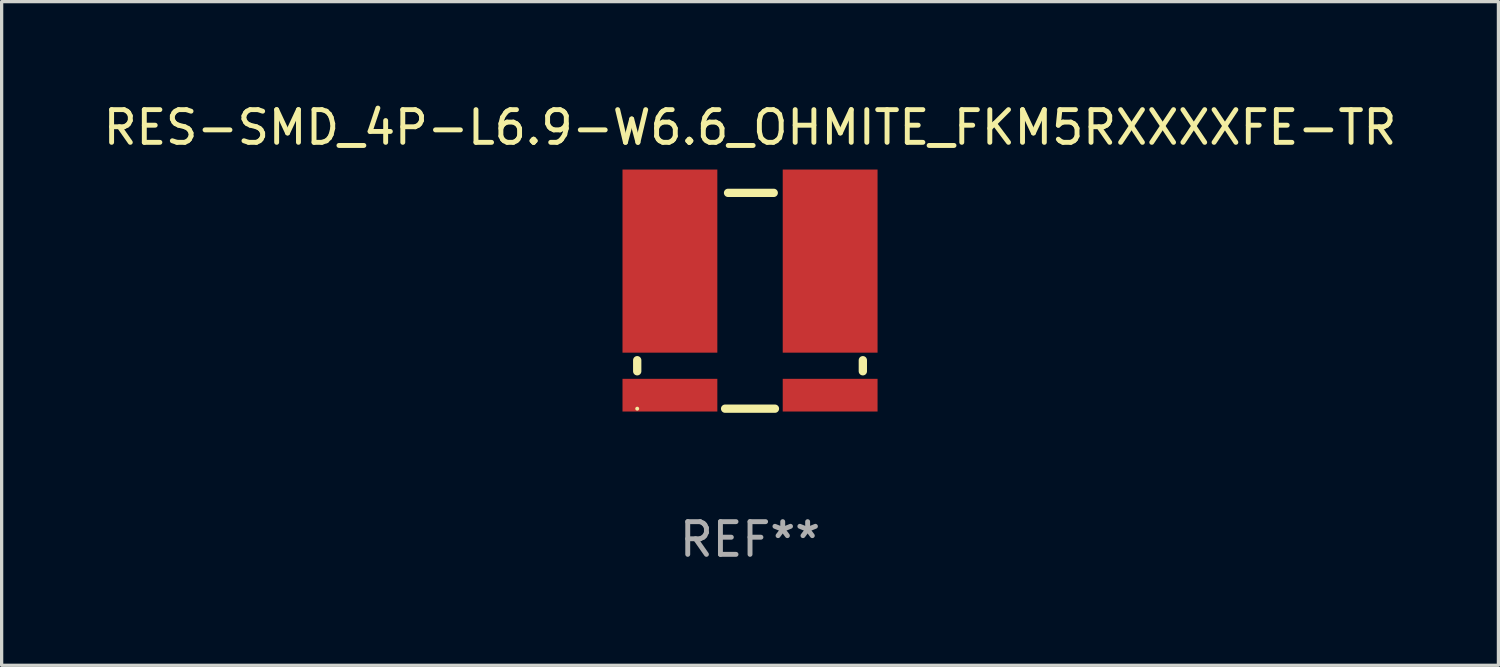
<source format=kicad_pcb>
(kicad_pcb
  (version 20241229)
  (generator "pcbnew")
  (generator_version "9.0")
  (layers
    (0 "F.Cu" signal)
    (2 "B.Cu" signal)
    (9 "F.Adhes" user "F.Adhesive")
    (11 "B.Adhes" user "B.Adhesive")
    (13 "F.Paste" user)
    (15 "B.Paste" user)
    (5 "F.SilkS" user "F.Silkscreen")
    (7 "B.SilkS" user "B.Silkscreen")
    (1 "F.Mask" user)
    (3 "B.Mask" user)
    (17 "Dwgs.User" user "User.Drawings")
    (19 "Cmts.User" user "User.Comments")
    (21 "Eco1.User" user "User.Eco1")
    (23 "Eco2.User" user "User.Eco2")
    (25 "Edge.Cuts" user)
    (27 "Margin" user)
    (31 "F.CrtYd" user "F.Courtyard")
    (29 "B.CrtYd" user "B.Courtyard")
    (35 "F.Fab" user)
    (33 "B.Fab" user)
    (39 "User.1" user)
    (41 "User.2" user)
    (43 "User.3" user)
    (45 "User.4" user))
  (footprint "RES-SMD_4P-L6.9-W6.6_OHMITE_FKM5RXXXXFE-TR"
    (layer "F.Cu")
    (at 19.887 6.985)
    (property "Reference" "RES-SMD_4P-L6.9-W6.6_OHMITE_FKM5RXXXXFE-TR" (at 0.000013 -6.137 0) (layer "F.SilkS") (effects (font (size 1 1) (thickness 0.15))))
    (attr smd)
    (fp_line (start -3.45 1.319) (end -3.45 0.981) (stroke (width 0.254) (type solid)) (layer "F.SilkS"))
    (fp_line (start -0.762 2.463) (end 0.762 2.463) (stroke (width 0.254) (type solid)) (layer "F.SilkS"))
    (fp_line (start -0.672 -4.137) (end 0.725 -4.137) (stroke (width 0.254) (type solid)) (layer "F.SilkS"))
    (fp_line (start 3.45 0.981) (end 3.45 1.319) (stroke (width 0.254) (type solid)) (layer "F.SilkS"))
    (fp_circle (center -3.45 2.463) (end -3.42 2.463) (stroke (width 0.06) (type solid)) (fill no) (layer "F.SilkS"))
    (fp_text user "REF**" (at 0.000013 6.463 0) (layer "F.Fab") (effects (font (size 1 1) (thickness 0.15))))
    (pad "1" smd rect (at -2.45 2.05 180) (size 2.9 1) (layers "F.Cu" "F.Mask" "F.Paste"))
    (pad "2" smd rect (at 2.45 2.05 180) (size 2.9 1) (layers "F.Cu" "F.Mask" "F.Paste"))
    (pad "3" smd rect (at 2.45 -2.05 180) (size 2.9 5.6) (layers "F.Cu" "F.Mask" "F.Paste"))
    (pad "4" smd rect (at -2.45 -2.05 180) (size 2.9 5.6) (layers "F.Cu" "F.Mask" "F.Paste")))
  (gr_rect
    (start -3 -3)
    (end 42.774 17.296)
    (stroke (width 0.1) (type default))
    (fill no)
    (layer "Edge.Cuts")))
</source>
